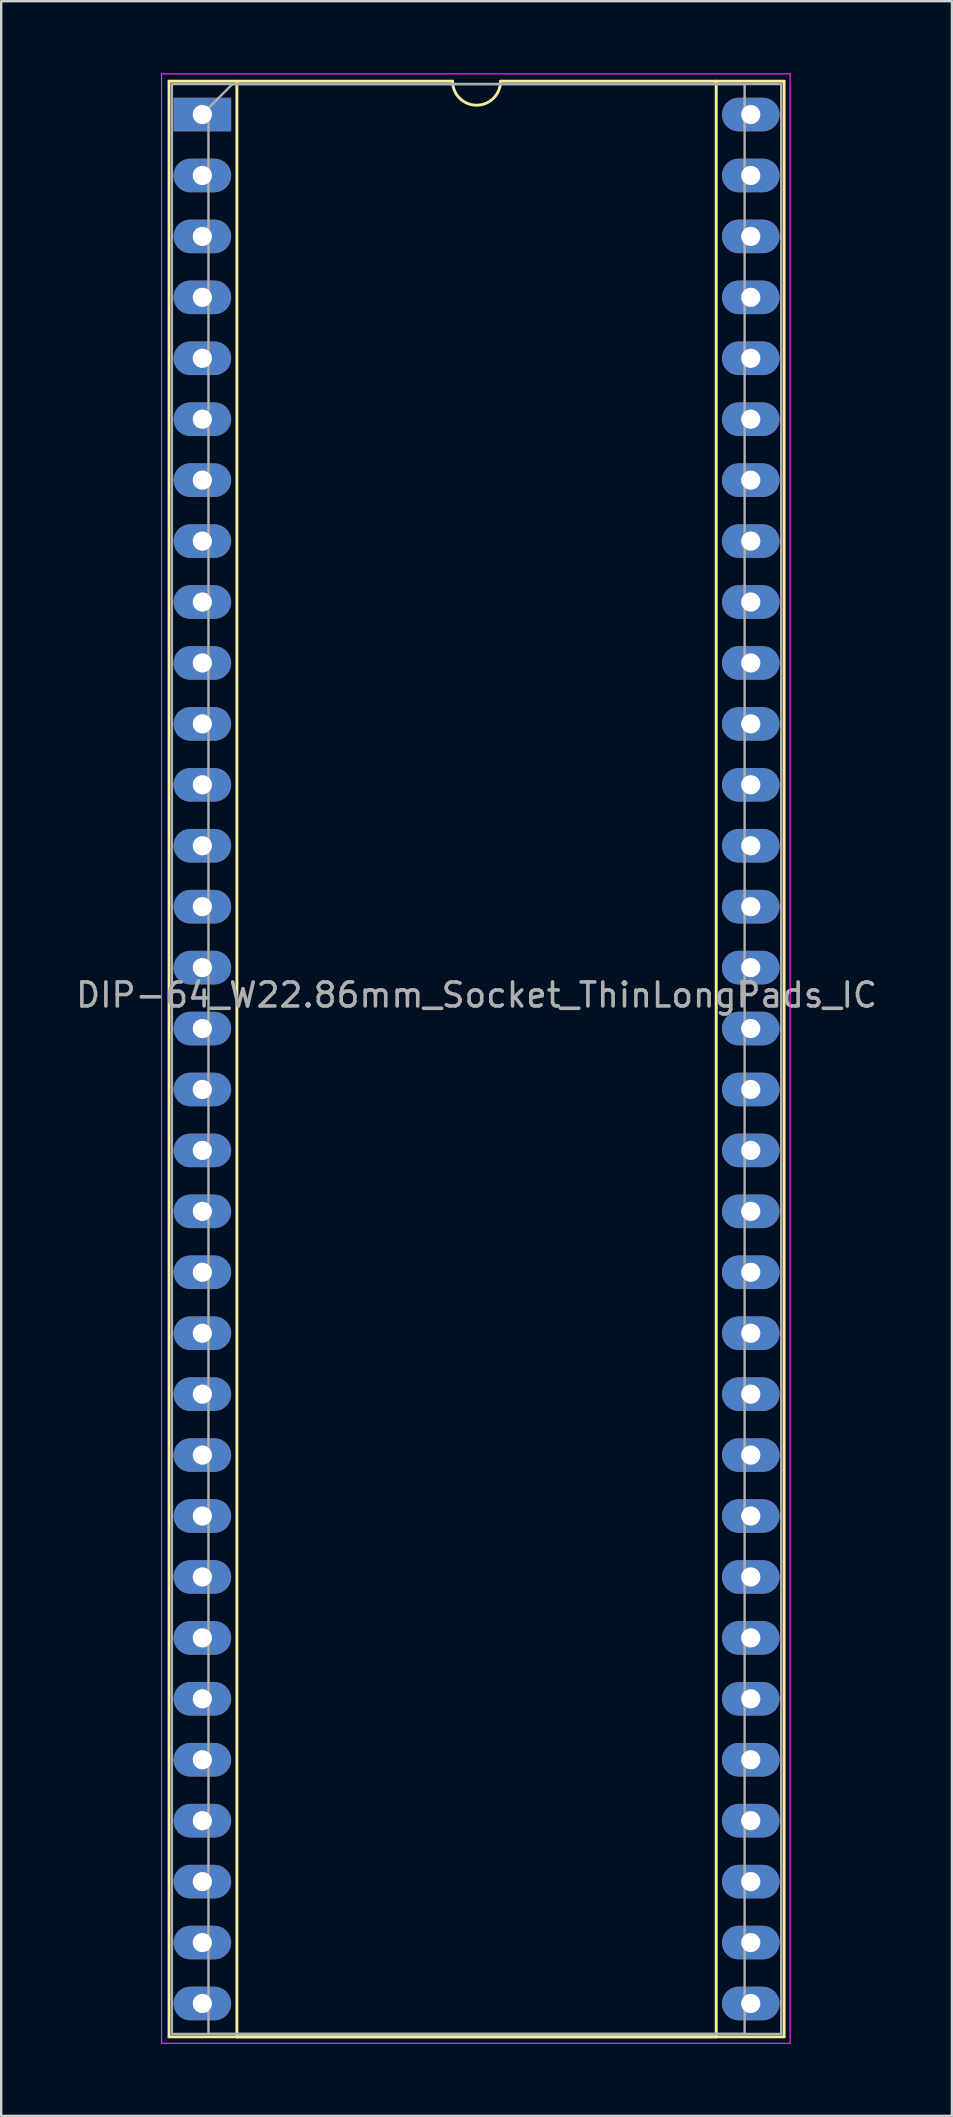
<source format=kicad_pcb>
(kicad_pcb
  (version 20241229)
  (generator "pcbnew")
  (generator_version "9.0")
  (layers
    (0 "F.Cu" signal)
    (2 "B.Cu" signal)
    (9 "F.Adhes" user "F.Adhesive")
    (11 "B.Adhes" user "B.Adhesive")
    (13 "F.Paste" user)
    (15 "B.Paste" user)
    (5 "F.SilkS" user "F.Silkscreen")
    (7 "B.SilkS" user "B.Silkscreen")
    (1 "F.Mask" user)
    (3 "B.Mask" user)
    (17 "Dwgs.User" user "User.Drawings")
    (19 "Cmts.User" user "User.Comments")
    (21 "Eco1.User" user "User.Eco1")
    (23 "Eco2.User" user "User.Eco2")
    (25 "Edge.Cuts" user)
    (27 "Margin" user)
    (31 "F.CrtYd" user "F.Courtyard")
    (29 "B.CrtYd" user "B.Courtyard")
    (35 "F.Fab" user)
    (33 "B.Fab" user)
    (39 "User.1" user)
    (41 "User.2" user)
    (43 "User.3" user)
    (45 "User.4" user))
  (footprint "DIP-64_W22.86mm_Socket_ThinLongPads_IC"
    (layer "F.Cu")
    (at 5.385 1.725)
    (property "Reference" "DIP-64_W22.86mm_Socket_ThinLongPads_IC" (at 11.43 36.703 0) (layer "F.Fab") (effects (font (size 1 1) (thickness 0.15))))
    (attr through_hole)
    (fp_line (start -1.39 -1.39) (end -1.39 80.13) (stroke (width 0.12) (type solid)) (layer "F.SilkS"))
    (fp_line (start -1.39 80.13) (end 24.25 80.13) (stroke (width 0.12) (type solid)) (layer "F.SilkS"))
    (fp_line (start 1.44 -1.39) (end 1.44 80.13) (stroke (width 0.12) (type solid)) (layer "F.SilkS"))
    (fp_line (start 1.44 80.13) (end 21.42 80.13) (stroke (width 0.12) (type solid)) (layer "F.SilkS"))
    (fp_line (start 10.43 -1.39) (end -1.39 -1.39) (stroke (width 0.12) (type solid)) (layer "F.SilkS"))
    (fp_line (start 21.42 80.13) (end 21.42 -1.39) (stroke (width 0.12) (type solid)) (layer "F.SilkS"))
    (fp_line (start 24.25 -1.39) (end 12.43 -1.39) (stroke (width 0.12) (type solid)) (layer "F.SilkS"))
    (fp_line (start 24.25 80.13) (end 24.25 -1.39) (stroke (width 0.12) (type solid)) (layer "F.SilkS"))
    (fp_arc (start 12.43 -1.39) (mid 11.43 -0.39) (end 10.43 -1.39) (stroke (width 0.12) (type solid)) (layer "F.SilkS"))
    (fp_line (start -1.7 -1.7) (end -1.7 80.4) (stroke (width 0.05) (type solid)) (layer "F.CrtYd"))
    (fp_line (start -1.7 80.4) (end 24.5 80.4) (stroke (width 0.05) (type solid)) (layer "F.CrtYd"))
    (fp_line (start 24.5 -1.7) (end -1.7 -1.7) (stroke (width 0.05) (type solid)) (layer "F.CrtYd"))
    (fp_line (start 24.5 80.4) (end 24.5 -1.7) (stroke (width 0.05) (type solid)) (layer "F.CrtYd"))
    (fp_line (start -1.27 -1.27) (end -1.27 80.01) (stroke (width 0.1) (type solid)) (layer "F.Fab"))
    (fp_line (start -1.27 80.01) (end 24.13 80.01) (stroke (width 0.1) (type solid)) (layer "F.Fab"))
    (fp_line (start 0.255 -0.27) (end 1.255 -1.27) (stroke (width 0.1) (type solid)) (layer "F.Fab"))
    (fp_line (start 0.255 80.01) (end 0.255 -0.27) (stroke (width 0.1) (type solid)) (layer "F.Fab"))
    (fp_line (start 1.255 -1.27) (end 22.605 -1.27) (stroke (width 0.1) (type solid)) (layer "F.Fab"))
    (fp_line (start 22.605 -1.27) (end 22.605 80.01) (stroke (width 0.1) (type solid)) (layer "F.Fab"))
    (fp_line (start 22.605 80.01) (end 0.255 80.01) (stroke (width 0.1) (type solid)) (layer "F.Fab"))
    (fp_line (start 24.13 -1.27) (end -1.27 -1.27) (stroke (width 0.1) (type solid)) (layer "F.Fab"))
    (fp_line (start 24.13 80.01) (end 24.13 -1.27) (stroke (width 0.1) (type solid)) (layer "F.Fab"))
    (pad "1" thru_hole rect (at 0 0) (size 2.4 1.4) (drill 0.8) (layers "*.Cu" "*.Mask"))
    (pad "2" thru_hole oval (at 0 2.54) (size 2.4 1.4) (drill 0.8) (layers "*.Cu" "*.Mask"))
    (pad "3" thru_hole oval (at 0 5.08) (size 2.4 1.4) (drill 0.8) (layers "*.Cu" "*.Mask"))
    (pad "4" thru_hole oval (at 0 7.62) (size 2.4 1.4) (drill 0.8) (layers "*.Cu" "*.Mask"))
    (pad "5" thru_hole oval (at 0 10.16) (size 2.4 1.4) (drill 0.8) (layers "*.Cu" "*.Mask"))
    (pad "6" thru_hole oval (at 0 12.7) (size 2.4 1.4) (drill 0.8) (layers "*.Cu" "*.Mask"))
    (pad "7" thru_hole oval (at 0 15.24) (size 2.4 1.4) (drill 0.8) (layers "*.Cu" "*.Mask"))
    (pad "8" thru_hole oval (at 0 17.78) (size 2.4 1.4) (drill 0.8) (layers "*.Cu" "*.Mask"))
    (pad "9" thru_hole oval (at 0 20.32) (size 2.4 1.4) (drill 0.8) (layers "*.Cu" "*.Mask"))
    (pad "10" thru_hole oval (at 0 22.86) (size 2.4 1.4) (drill 0.8) (layers "*.Cu" "*.Mask"))
    (pad "11" thru_hole oval (at 0 25.4) (size 2.4 1.4) (drill 0.8) (layers "*.Cu" "*.Mask"))
    (pad "12" thru_hole oval (at 0 27.94) (size 2.4 1.4) (drill 0.8) (layers "*.Cu" "*.Mask"))
    (pad "13" thru_hole oval (at 0 30.48) (size 2.4 1.4) (drill 0.8) (layers "*.Cu" "*.Mask"))
    (pad "14" thru_hole oval (at 0 33.02) (size 2.4 1.4) (drill 0.8) (layers "*.Cu" "*.Mask"))
    (pad "15" thru_hole oval (at 0 35.56) (size 2.4 1.4) (drill 0.8) (layers "*.Cu" "*.Mask"))
    (pad "16" thru_hole oval (at 0 38.1) (size 2.4 1.4) (drill 0.8) (layers "*.Cu" "*.Mask"))
    (pad "17" thru_hole oval (at 0 40.64) (size 2.4 1.4) (drill 0.8) (layers "*.Cu" "*.Mask"))
    (pad "18" thru_hole oval (at 0 43.18) (size 2.4 1.4) (drill 0.8) (layers "*.Cu" "*.Mask"))
    (pad "19" thru_hole oval (at 0 45.72) (size 2.4 1.4) (drill 0.8) (layers "*.Cu" "*.Mask"))
    (pad "20" thru_hole oval (at 0 48.26) (size 2.4 1.4) (drill 0.8) (layers "*.Cu" "*.Mask"))
    (pad "21" thru_hole oval (at 0 50.8) (size 2.4 1.4) (drill 0.8) (layers "*.Cu" "*.Mask"))
    (pad "22" thru_hole oval (at 0 53.34) (size 2.4 1.4) (drill 0.8) (layers "*.Cu" "*.Mask"))
    (pad "23" thru_hole oval (at 0 55.88) (size 2.4 1.4) (drill 0.8) (layers "*.Cu" "*.Mask"))
    (pad "24" thru_hole oval (at 0 58.42) (size 2.4 1.4) (drill 0.8) (layers "*.Cu" "*.Mask"))
    (pad "25" thru_hole oval (at 0 60.96) (size 2.4 1.4) (drill 0.8) (layers "*.Cu" "*.Mask"))
    (pad "26" thru_hole oval (at 0 63.5) (size 2.4 1.4) (drill 0.8) (layers "*.Cu" "*.Mask"))
    (pad "27" thru_hole oval (at 0 66.04) (size 2.4 1.4) (drill 0.8) (layers "*.Cu" "*.Mask"))
    (pad "28" thru_hole oval (at 0 68.58) (size 2.4 1.4) (drill 0.8) (layers "*.Cu" "*.Mask"))
    (pad "29" thru_hole oval (at 0 71.12) (size 2.4 1.4) (drill 0.8) (layers "*.Cu" "*.Mask"))
    (pad "30" thru_hole oval (at 0 73.66) (size 2.4 1.4) (drill 0.8) (layers "*.Cu" "*.Mask"))
    (pad "31" thru_hole oval (at 0 76.2) (size 2.4 1.4) (drill 0.8) (layers "*.Cu" "*.Mask"))
    (pad "32" thru_hole oval (at 0 78.74) (size 2.4 1.4) (drill 0.8) (layers "*.Cu" "*.Mask"))
    (pad "33" thru_hole oval (at 22.86 78.74) (size 2.4 1.4) (drill 0.8) (layers "*.Cu" "*.Mask"))
    (pad "34" thru_hole oval (at 22.86 76.2) (size 2.4 1.4) (drill 0.8) (layers "*.Cu" "*.Mask"))
    (pad "35" thru_hole oval (at 22.86 73.66) (size 2.4 1.4) (drill 0.8) (layers "*.Cu" "*.Mask"))
    (pad "36" thru_hole oval (at 22.86 71.12) (size 2.4 1.4) (drill 0.8) (layers "*.Cu" "*.Mask"))
    (pad "37" thru_hole oval (at 22.86 68.58) (size 2.4 1.4) (drill 0.8) (layers "*.Cu" "*.Mask"))
    (pad "38" thru_hole oval (at 22.86 66.04) (size 2.4 1.4) (drill 0.8) (layers "*.Cu" "*.Mask"))
    (pad "39" thru_hole oval (at 22.86 63.5) (size 2.4 1.4) (drill 0.8) (layers "*.Cu" "*.Mask"))
    (pad "40" thru_hole oval (at 22.86 60.96) (size 2.4 1.4) (drill 0.8) (layers "*.Cu" "*.Mask"))
    (pad "41" thru_hole oval (at 22.86 58.42) (size 2.4 1.4) (drill 0.8) (layers "*.Cu" "*.Mask"))
    (pad "42" thru_hole oval (at 22.86 55.88) (size 2.4 1.4) (drill 0.8) (layers "*.Cu" "*.Mask"))
    (pad "43" thru_hole oval (at 22.86 53.34) (size 2.4 1.4) (drill 0.8) (layers "*.Cu" "*.Mask"))
    (pad "44" thru_hole oval (at 22.86 50.8) (size 2.4 1.4) (drill 0.8) (layers "*.Cu" "*.Mask"))
    (pad "45" thru_hole oval (at 22.86 48.26) (size 2.4 1.4) (drill 0.8) (layers "*.Cu" "*.Mask"))
    (pad "46" thru_hole oval (at 22.86 45.72) (size 2.4 1.4) (drill 0.8) (layers "*.Cu" "*.Mask"))
    (pad "47" thru_hole oval (at 22.86 43.18) (size 2.4 1.4) (drill 0.8) (layers "*.Cu" "*.Mask"))
    (pad "48" thru_hole oval (at 22.86 40.64) (size 2.4 1.4) (drill 0.8) (layers "*.Cu" "*.Mask"))
    (pad "49" thru_hole oval (at 22.86 38.1) (size 2.4 1.4) (drill 0.8) (layers "*.Cu" "*.Mask"))
    (pad "50" thru_hole oval (at 22.86 35.56) (size 2.4 1.4) (drill 0.8) (layers "*.Cu" "*.Mask"))
    (pad "51" thru_hole oval (at 22.86 33.02) (size 2.4 1.4) (drill 0.8) (layers "*.Cu" "*.Mask"))
    (pad "52" thru_hole oval (at 22.86 30.48) (size 2.4 1.4) (drill 0.8) (layers "*.Cu" "*.Mask"))
    (pad "53" thru_hole oval (at 22.86 27.94) (size 2.4 1.4) (drill 0.8) (layers "*.Cu" "*.Mask"))
    (pad "54" thru_hole oval (at 22.86 25.4) (size 2.4 1.4) (drill 0.8) (layers "*.Cu" "*.Mask"))
    (pad "55" thru_hole oval (at 22.86 22.86) (size 2.4 1.4) (drill 0.8) (layers "*.Cu" "*.Mask"))
    (pad "56" thru_hole oval (at 22.86 20.32) (size 2.4 1.4) (drill 0.8) (layers "*.Cu" "*.Mask"))
    (pad "57" thru_hole oval (at 22.86 17.78) (size 2.4 1.4) (drill 0.8) (layers "*.Cu" "*.Mask"))
    (pad "58" thru_hole oval (at 22.86 15.24) (size 2.4 1.4) (drill 0.8) (layers "*.Cu" "*.Mask"))
    (pad "59" thru_hole oval (at 22.86 12.7) (size 2.4 1.4) (drill 0.8) (layers "*.Cu" "*.Mask"))
    (pad "60" thru_hole oval (at 22.86 10.16) (size 2.4 1.4) (drill 0.8) (layers "*.Cu" "*.Mask"))
    (pad "61" thru_hole oval (at 22.86 7.62) (size 2.4 1.4) (drill 0.8) (layers "*.Cu" "*.Mask"))
    (pad "62" thru_hole oval (at 22.86 5.08) (size 2.4 1.4) (drill 0.8) (layers "*.Cu" "*.Mask"))
    (pad "63" thru_hole oval (at 22.86 2.54) (size 2.4 1.4) (drill 0.8) (layers "*.Cu" "*.Mask"))
    (pad "64" thru_hole oval (at 22.86 0) (size 2.4 1.4) (drill 0.8) (layers "*.Cu" "*.Mask")))
  (gr_rect
    (start -3 -3)
    (end 36.631 85.15)
    (stroke (width 0.1) (type default))
    (fill no)
    (layer "Edge.Cuts")))
</source>
